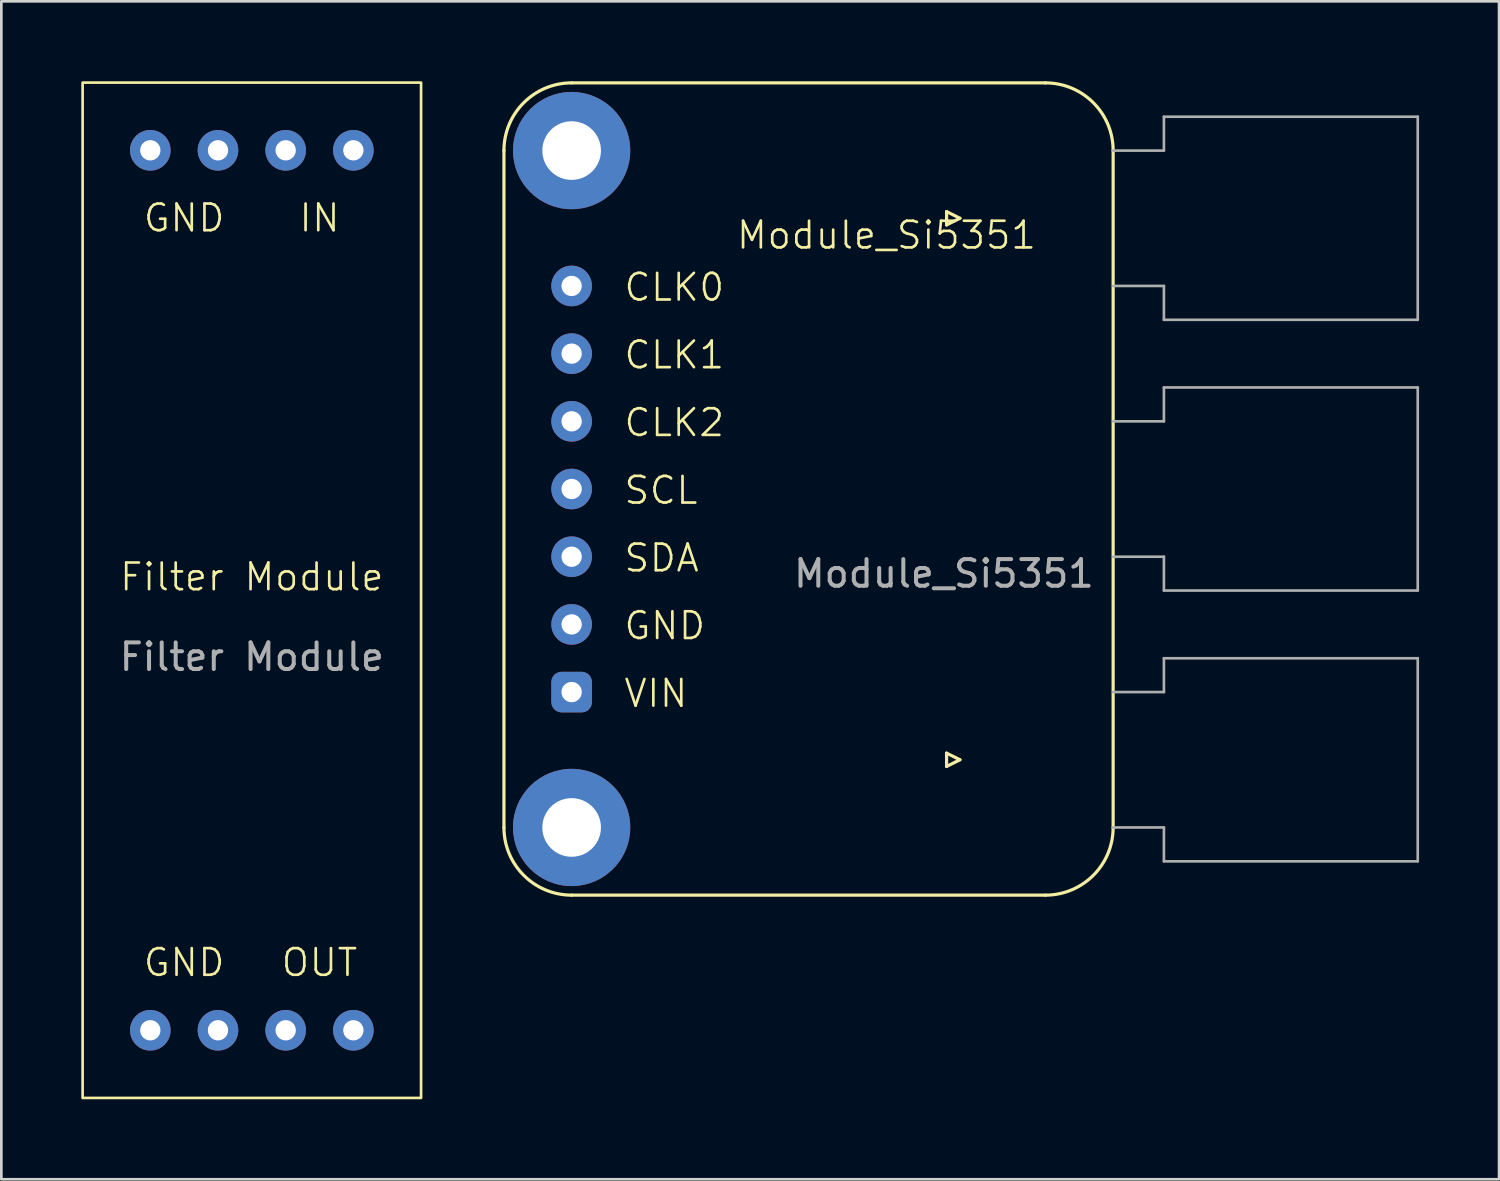
<source format=kicad_pcb>
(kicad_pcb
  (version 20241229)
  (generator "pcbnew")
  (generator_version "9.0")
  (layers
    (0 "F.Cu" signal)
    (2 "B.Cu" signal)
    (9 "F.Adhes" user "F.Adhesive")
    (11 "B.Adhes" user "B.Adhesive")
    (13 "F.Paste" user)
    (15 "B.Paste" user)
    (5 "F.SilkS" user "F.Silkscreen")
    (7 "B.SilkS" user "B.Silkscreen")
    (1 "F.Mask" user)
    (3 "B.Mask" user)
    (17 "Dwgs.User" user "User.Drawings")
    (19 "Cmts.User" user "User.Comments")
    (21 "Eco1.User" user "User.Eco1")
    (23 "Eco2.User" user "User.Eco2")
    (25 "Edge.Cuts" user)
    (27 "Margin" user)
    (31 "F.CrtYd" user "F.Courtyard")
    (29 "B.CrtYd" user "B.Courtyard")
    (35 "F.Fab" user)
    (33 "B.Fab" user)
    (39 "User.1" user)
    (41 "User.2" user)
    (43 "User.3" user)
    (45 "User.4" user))
  (footprint "Module_Si5351"
    (layer "F.Cu")
    (at 26.02 15.3)
    (property "Reference" "Module_Si5351" (at 4.194 -9.525 0) (unlocked yes) (layer "F.SilkS") (effects (font (size 1 1) (thickness 0.1))))
    (attr through_hole)
    (fp_line (start -10.16 12.7) (end -10.16 -12.7) (stroke (width 0.12) (type default)) (layer "F.SilkS"))
    (fp_line (start -7.62 -15.24) (end 10.16 -15.24) (stroke (width 0.12) (type default)) (layer "F.SilkS"))
    (fp_line (start 6.45 -10.41) (end 6.45 -9.91) (stroke (width 0.12) (type solid)) (layer "F.SilkS"))
    (fp_line (start 6.45 -9.91) (end 6.95 -10.16) (stroke (width 0.12) (type solid)) (layer "F.SilkS"))
    (fp_line (start 6.45 9.91) (end 6.45 10.41) (stroke (width 0.12) (type solid)) (layer "F.SilkS"))
    (fp_line (start 6.45 10.41) (end 6.95 10.16) (stroke (width 0.12) (type solid)) (layer "F.SilkS"))
    (fp_line (start 6.95 -10.16) (end 6.45 -10.41) (stroke (width 0.12) (type solid)) (layer "F.SilkS"))
    (fp_line (start 6.95 10.16) (end 6.45 9.91) (stroke (width 0.12) (type solid)) (layer "F.SilkS"))
    (fp_line (start 10.16 15.24) (end -7.62 15.24) (stroke (width 0.12) (type default)) (layer "F.SilkS"))
    (fp_line (start 12.7 -12.7) (end 12.7 12.7) (stroke (width 0.12) (type default)) (layer "F.SilkS"))
    (fp_arc (start -10.16 -12.7) (mid -9.416051 -14.496051) (end -7.62 -15.24) (stroke (width 0.12) (type default)) (layer "F.SilkS"))
    (fp_arc (start -7.62 15.24) (mid -9.416051 14.496051) (end -10.16 12.7) (stroke (width 0.12) (type default)) (layer "F.SilkS"))
    (fp_arc (start 10.16 -15.24) (mid 11.956051 -14.496051) (end 12.7 -12.7) (stroke (width 0.12) (type default)) (layer "F.SilkS"))
    (fp_arc (start 12.7 12.7) (mid 11.956051 14.496051) (end 10.16 15.24) (stroke (width 0.12) (type default)) (layer "F.SilkS"))
    (fp_line (start 14.605 -13.97) (end 14.605 -12.7) (stroke (width 0.1) (type default)) (layer "F.Fab"))
    (fp_line (start 14.605 -13.97) (end 24.13 -13.97) (stroke (width 0.1) (type solid)) (layer "F.Fab"))
    (fp_line (start 14.605 -12.7) (end 12.7 -12.7) (stroke (width 0.1) (type default)) (layer "F.Fab"))
    (fp_line (start 14.605 -7.62) (end 12.7 -7.62) (stroke (width 0.1) (type default)) (layer "F.Fab"))
    (fp_line (start 14.605 -6.35) (end 14.605 -7.62) (stroke (width 0.1) (type default)) (layer "F.Fab"))
    (fp_line (start 14.605 -3.81) (end 14.605 -2.54) (stroke (width 0.1) (type default)) (layer "F.Fab"))
    (fp_line (start 14.605 -3.81) (end 24.13 -3.81) (stroke (width 0.1) (type solid)) (layer "F.Fab"))
    (fp_line (start 14.605 -2.54) (end 12.7 -2.54) (stroke (width 0.1) (type default)) (layer "F.Fab"))
    (fp_line (start 14.605 2.54) (end 12.7 2.54) (stroke (width 0.1) (type default)) (layer "F.Fab"))
    (fp_line (start 14.605 3.81) (end 14.605 2.54) (stroke (width 0.1) (type default)) (layer "F.Fab"))
    (fp_line (start 14.605 6.35) (end 14.605 7.62) (stroke (width 0.1) (type default)) (layer "F.Fab"))
    (fp_line (start 14.605 6.35) (end 24.13 6.35) (stroke (width 0.1) (type solid)) (layer "F.Fab"))
    (fp_line (start 14.605 7.62) (end 12.7 7.62) (stroke (width 0.1) (type default)) (layer "F.Fab"))
    (fp_line (start 14.605 12.7) (end 12.7 12.7) (stroke (width 0.1) (type default)) (layer "F.Fab"))
    (fp_line (start 14.605 13.97) (end 14.605 12.7) (stroke (width 0.1) (type default)) (layer "F.Fab"))
    (fp_line (start 24.13 -13.97) (end 24.13 -6.35) (stroke (width 0.1) (type solid)) (layer "F.Fab"))
    (fp_line (start 24.13 -6.35) (end 14.605 -6.35) (stroke (width 0.1) (type solid)) (layer "F.Fab"))
    (fp_line (start 24.13 -3.81) (end 24.13 3.81) (stroke (width 0.1) (type solid)) (layer "F.Fab"))
    (fp_line (start 24.13 3.81) (end 14.605 3.81) (stroke (width 0.1) (type solid)) (layer "F.Fab"))
    (fp_line (start 24.13 6.35) (end 24.13 13.97) (stroke (width 0.1) (type solid)) (layer "F.Fab"))
    (fp_line (start 24.13 13.97) (end 14.605 13.97) (stroke (width 0.1) (type solid)) (layer "F.Fab"))
    (fp_text user "SCL" (at -5.715 0.635 0) (unlocked yes) (layer "F.SilkS") (effects (font (size 1 1) (thickness 0.1)) (justify left bottom)))
    (fp_text user "GND" (at -5.715 5.715 0) (unlocked yes) (layer "F.SilkS") (effects (font (size 1 1) (thickness 0.1)) (justify left bottom)))
    (fp_text user "CLK0" (at -5.715 -6.985 0) (unlocked yes) (layer "F.SilkS") (effects (font (size 1 1) (thickness 0.1)) (justify left bottom)))
    (fp_text user "VIN" (at -5.715 8.255 0) (unlocked yes) (layer "F.SilkS") (effects (font (size 1 1) (thickness 0.1)) (justify left bottom)))
    (fp_text user "CLK2" (at -5.715 -1.905 0) (unlocked yes) (layer "F.SilkS") (effects (font (size 1 1) (thickness 0.1)) (justify left bottom)))
    (fp_text user "CLK1" (at -5.715 -4.445 0) (unlocked yes) (layer "F.SilkS") (effects (font (size 1 1) (thickness 0.1)) (justify left bottom)))
    (fp_text user "SDA" (at -5.715 3.175 0) (unlocked yes) (layer "F.SilkS") (effects (font (size 1 1) (thickness 0.1)) (justify left bottom)))
    (fp_text user "${REFERENCE}" (at 6.35 3.175 0) (unlocked yes) (layer "F.Fab") (effects (font (size 1 1) (thickness 0.15))))
    (pad "" thru_hole circle (at -7.62 -12.7) (size 4.4 4.4) (drill 2.2) (layers "*.Cu" "*.Mask"))
    (pad "" thru_hole circle (at -7.62 12.7) (size 4.4 4.4) (drill 2.2) (layers "*.Cu" "*.Mask"))
    (pad "1" thru_hole roundrect (at -7.62 7.62) (size 1.524 1.524) (drill 0.762) (layers "*.Cu" "*.Mask") (roundrect_rratio 0.25))
    (pad "2" thru_hole circle (at -7.62 5.08) (size 1.524 1.524) (drill 0.762) (layers "*.Cu" "*.Mask"))
    (pad "3" thru_hole circle (at -7.62 2.54) (size 1.524 1.524) (drill 0.762) (layers "*.Cu" "*.Mask"))
    (pad "4" thru_hole circle (at -7.62 0) (size 1.524 1.524) (drill 0.762) (layers "*.Cu" "*.Mask"))
    (pad "5" thru_hole circle (at -7.62 -2.54) (size 1.524 1.524) (drill 0.762) (layers "*.Cu" "*.Mask"))
    (pad "6" thru_hole circle (at -7.62 -5.08) (size 1.524 1.524) (drill 0.762) (layers "*.Cu" "*.Mask"))
    (pad "7" thru_hole circle (at -7.62 -7.62) (size 1.524 1.524) (drill 0.762) (layers "*.Cu" "*.Mask")))
  (footprint "Filter Module"
    (layer "F.Cu")
    (at 6.4 19.1)
    (property "Reference" "Filter Module" (at 0 -0.5 0) (unlocked yes) (layer "F.SilkS") (effects (font (size 1 1) (thickness 0.1))))
    (attr through_hole)
    (fp_rect (start -6.35 -19.05) (end 6.35 19.05) (stroke (width 0.1) (type default)) (fill no) (layer "F.SilkS"))
    (fp_text user "OUT" (at 2.54 13.97 0) (unlocked yes) (layer "F.SilkS") (effects (font (size 1 1) (thickness 0.1))))
    (fp_text user "IN" (at 2.54 -13.97 0) (unlocked yes) (layer "F.SilkS") (effects (font (size 1 1) (thickness 0.1))))
    (fp_text user "GND" (at -2.54 13.97 0) (unlocked yes) (layer "F.SilkS") (effects (font (size 1 1) (thickness 0.1))))
    (fp_text user "GND" (at -2.54 -13.97 0) (unlocked yes) (layer "F.SilkS") (effects (font (size 1 1) (thickness 0.1))))
    (fp_text user "${REFERENCE}" (at 0 2.5 0) (unlocked yes) (layer "F.Fab") (effects (font (size 1 1) (thickness 0.15))))
    (pad "1" thru_hole circle (at -3.81 -16.51) (size 1.524 1.524) (drill 0.762) (layers "*.Cu" "*.Mask"))
    (pad "2" thru_hole circle (at -1.27 -16.51) (size 1.524 1.524) (drill 0.762) (layers "*.Cu" "*.Mask"))
    (pad "3" thru_hole circle (at 1.27 -16.51) (size 1.524 1.524) (drill 0.762) (layers "*.Cu" "*.Mask"))
    (pad "4" thru_hole circle (at 3.81 -16.51) (size 1.524 1.524) (drill 0.762) (layers "*.Cu" "*.Mask"))
    (pad "5" thru_hole circle (at 3.81 16.51) (size 1.524 1.524) (drill 0.762) (layers "*.Cu" "*.Mask"))
    (pad "6" thru_hole circle (at 1.27 16.51) (size 1.524 1.524) (drill 0.762) (layers "*.Cu" "*.Mask"))
    (pad "7" thru_hole circle (at -1.27 16.51) (size 1.524 1.524) (drill 0.762) (layers "*.Cu" "*.Mask"))
    (pad "8" thru_hole circle (at -3.81 16.51) (size 1.524 1.524) (drill 0.762) (layers "*.Cu" "*.Mask")))
  (gr_rect
    (start -3 -3)
    (end 53.2 41.2)
    (stroke (width 0.1) (type default))
    (fill no)
    (layer "Edge.Cuts")))
</source>
